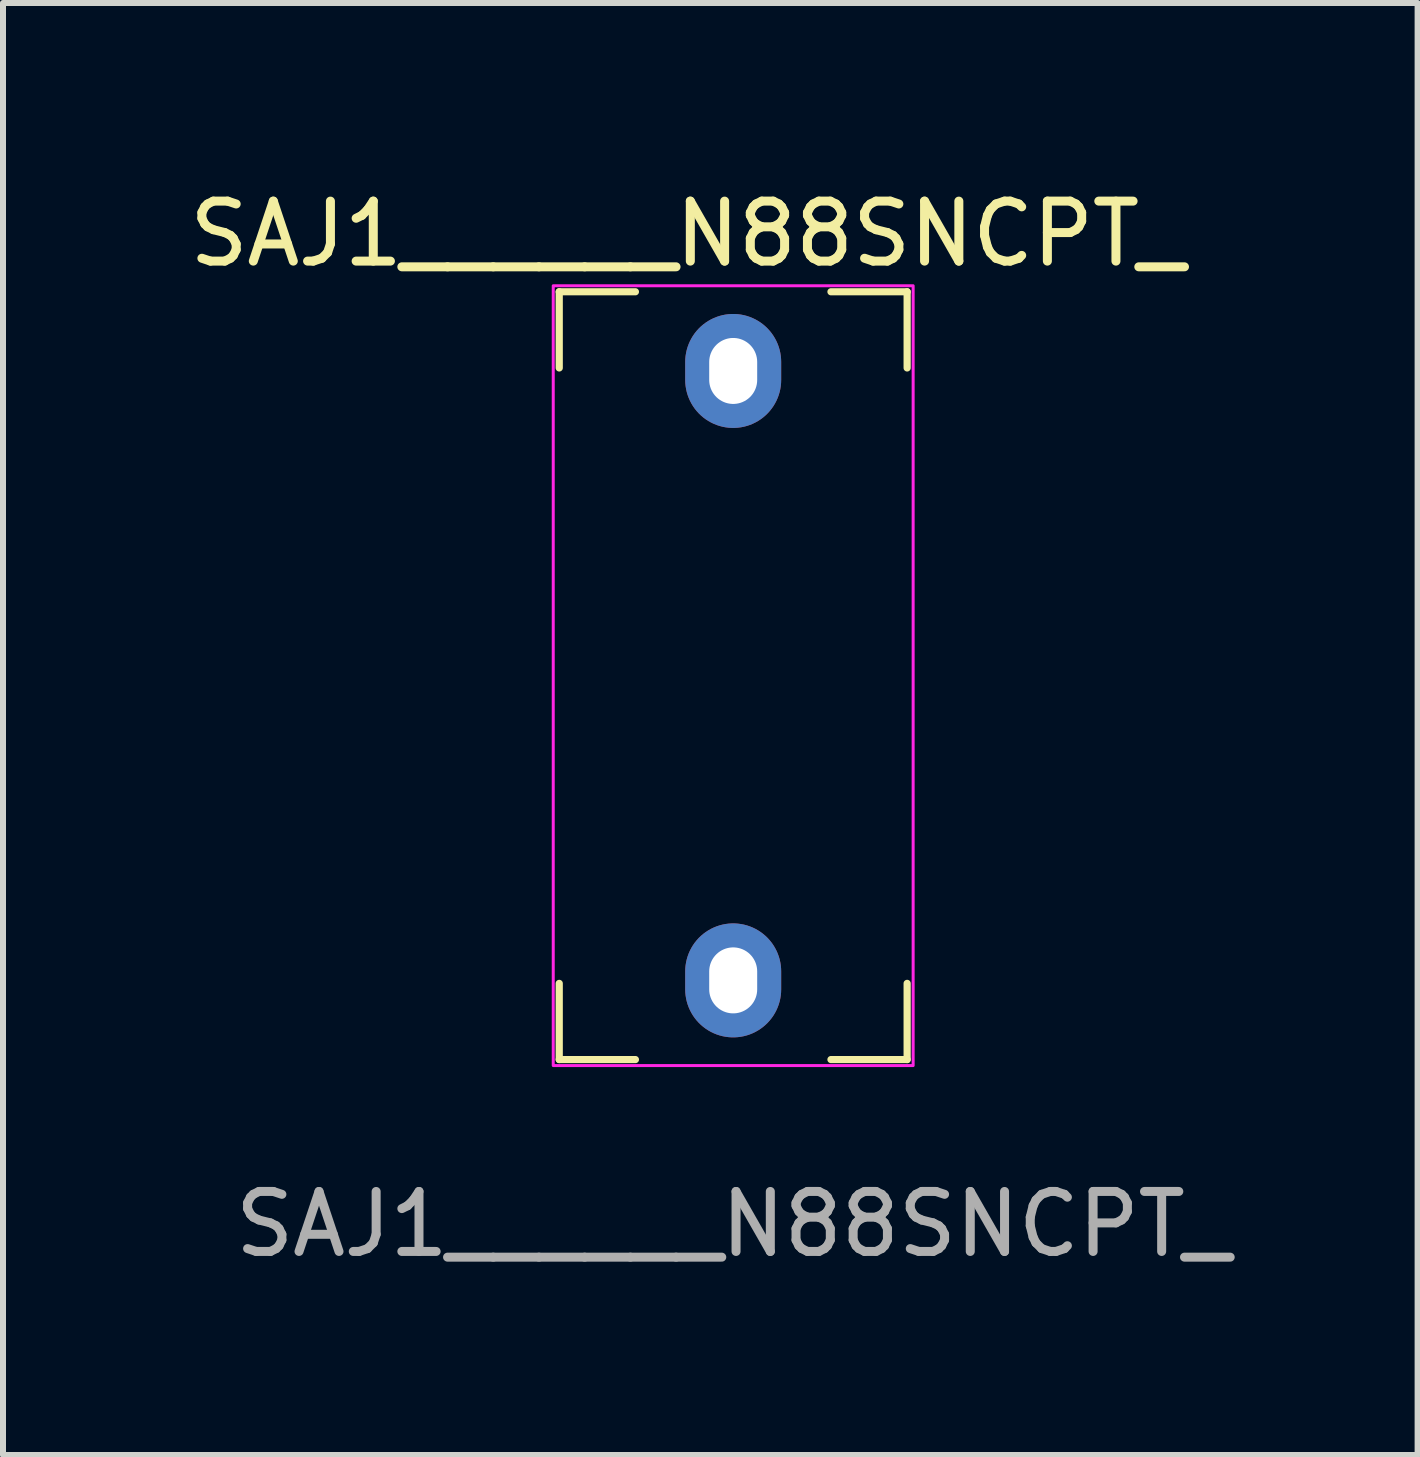
<source format=kicad_pcb>
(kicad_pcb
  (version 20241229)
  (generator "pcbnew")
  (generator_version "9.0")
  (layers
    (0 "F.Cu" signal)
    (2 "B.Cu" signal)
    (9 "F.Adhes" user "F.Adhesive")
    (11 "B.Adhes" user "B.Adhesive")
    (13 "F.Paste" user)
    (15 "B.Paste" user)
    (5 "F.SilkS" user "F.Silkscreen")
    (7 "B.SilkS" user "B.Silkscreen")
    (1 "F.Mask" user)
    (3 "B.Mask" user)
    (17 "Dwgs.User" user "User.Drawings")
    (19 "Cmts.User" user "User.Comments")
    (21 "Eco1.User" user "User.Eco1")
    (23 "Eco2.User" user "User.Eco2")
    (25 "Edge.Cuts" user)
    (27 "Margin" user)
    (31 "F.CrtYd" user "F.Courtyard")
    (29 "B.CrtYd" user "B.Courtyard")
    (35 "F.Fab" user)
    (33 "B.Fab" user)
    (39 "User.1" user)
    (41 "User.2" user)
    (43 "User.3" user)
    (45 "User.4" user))
  (footprint "SAJ1______N88SNCPT_"
    (layer "F.Cu")
    (at 9.173 8.214)
    (property "Reference" "SAJ1______N88SNCPT_" (at -0.762 -7.366 0) (unlocked yes) (layer "F.SilkS") (effects (font (size 1 1) (thickness 0.15))))
    (attr through_hole)
    (fp_line (start -2.9 -6.4) (end -1.63 -6.4) (stroke (width 0.12) (type solid)) (layer "F.SilkS"))
    (fp_line (start -2.9 -5.13) (end -2.9 -6.4) (stroke (width 0.12) (type solid)) (layer "F.SilkS"))
    (fp_line (start -2.9 6.4) (end -2.9 5.13) (stroke (width 0.12) (type solid)) (layer "F.SilkS"))
    (fp_line (start -1.63 6.4) (end -2.9 6.4) (stroke (width 0.12) (type solid)) (layer "F.SilkS"))
    (fp_line (start 1.63 -6.4) (end 2.9 -6.4) (stroke (width 0.12) (type solid)) (layer "F.SilkS"))
    (fp_line (start 2.9 -6.4) (end 2.9 -5.13) (stroke (width 0.12) (type solid)) (layer "F.SilkS"))
    (fp_line (start 2.9 5.13) (end 2.9 6.4) (stroke (width 0.12) (type solid)) (layer "F.SilkS"))
    (fp_line (start 2.9 6.4) (end 1.63 6.4) (stroke (width 0.12) (type solid)) (layer "F.SilkS"))
    (fp_rect (start -3 6.5) (end 3 -6.5) (stroke (width 0.05) (type solid)) (fill no) (layer "F.CrtYd"))
    (fp_text user "${REFERENCE}" (at 0 9.144 0) (unlocked yes) (layer "F.Fab") (effects (font (size 1 1) (thickness 0.15))))
    (pad "1" thru_hole oval (at 0 -5.08) (size 1.6 1.9) (drill oval 0.8 1.1) (layers "*.Cu" "*.Mask"))
    (pad "2" thru_hole oval (at 0 5.08) (size 1.6 1.9) (drill oval 0.8 1.1) (layers "*.Cu" "*.Mask")))
  (gr_rect
    (start -3 -3)
    (end 20.583 21.206)
    (stroke (width 0.1) (type default))
    (fill no)
    (layer "Edge.Cuts")))
</source>
